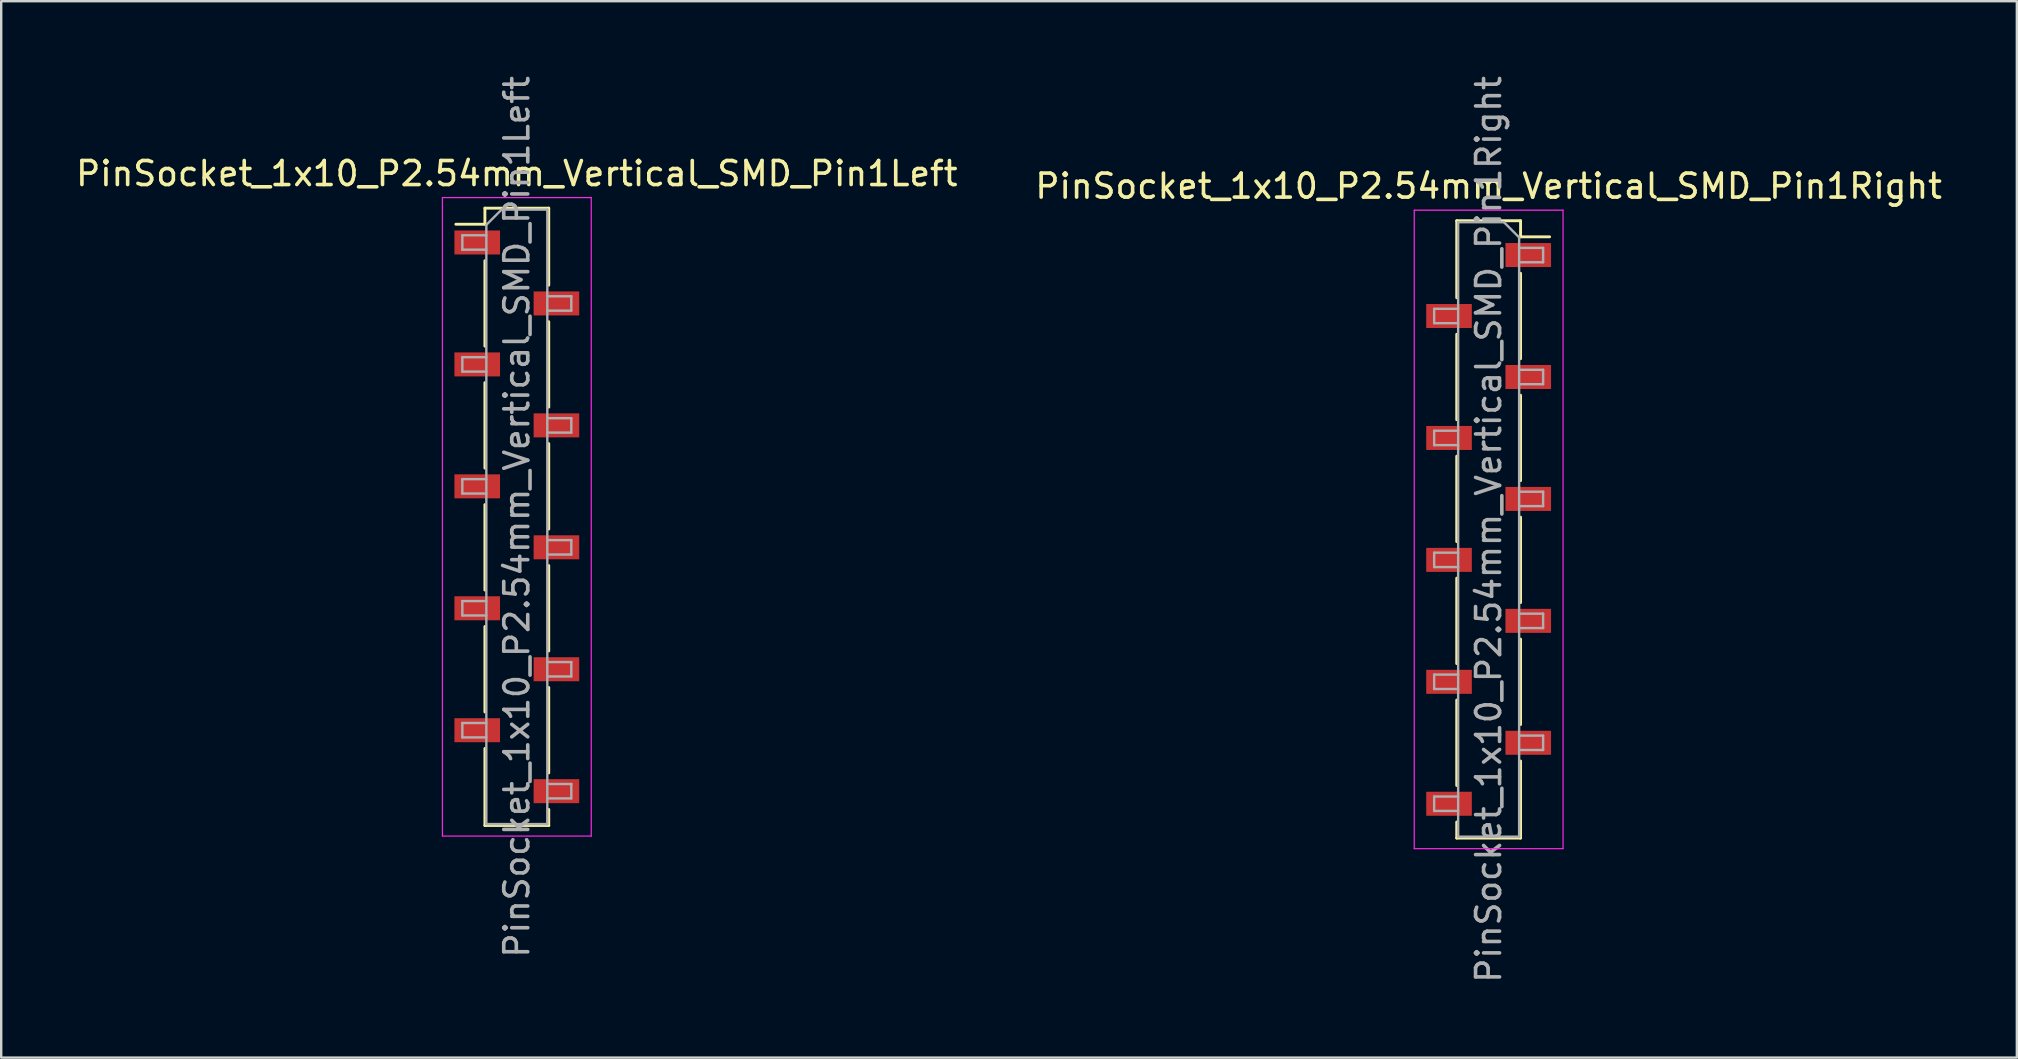
<source format=kicad_pcb>
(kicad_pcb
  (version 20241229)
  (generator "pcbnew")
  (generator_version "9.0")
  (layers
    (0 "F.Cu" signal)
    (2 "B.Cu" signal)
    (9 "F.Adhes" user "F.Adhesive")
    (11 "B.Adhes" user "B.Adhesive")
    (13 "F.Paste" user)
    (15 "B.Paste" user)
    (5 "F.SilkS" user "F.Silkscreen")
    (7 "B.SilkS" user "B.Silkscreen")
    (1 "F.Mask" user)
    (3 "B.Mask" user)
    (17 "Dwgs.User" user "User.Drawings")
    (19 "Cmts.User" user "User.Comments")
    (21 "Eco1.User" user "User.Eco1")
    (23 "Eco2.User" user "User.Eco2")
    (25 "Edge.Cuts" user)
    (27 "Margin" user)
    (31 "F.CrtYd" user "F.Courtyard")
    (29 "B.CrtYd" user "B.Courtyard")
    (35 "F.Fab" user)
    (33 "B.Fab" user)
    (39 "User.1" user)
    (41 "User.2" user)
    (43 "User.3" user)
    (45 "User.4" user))
  (footprint "PinSocket_1x10_P2.54mm_Vertical_SMD_Pin1Left"
    (layer "F.Cu")
    (at 18.482 18.482)
    (property "Reference" "PinSocket_1x10_P2.54mm_Vertical_SMD_Pin1Left" (at 0 -14.3 0) (layer "F.SilkS") (effects (font (size 1 1) (thickness 0.15))))
    (attr smd)
    (fp_line (start -2.54 -12.19) (end -1.33 -12.19) (stroke (width 0.12) (type solid)) (layer "F.SilkS"))
    (fp_line (start -1.33 -12.86) (end -1.33 -12.19) (stroke (width 0.12) (type solid)) (layer "F.SilkS"))
    (fp_line (start -1.33 -12.86) (end 1.33 -12.86) (stroke (width 0.12) (type solid)) (layer "F.SilkS"))
    (fp_line (start -1.33 -10.67) (end -1.33 -7.11) (stroke (width 0.12) (type solid)) (layer "F.SilkS"))
    (fp_line (start -1.33 -5.59) (end -1.33 -2.03) (stroke (width 0.12) (type solid)) (layer "F.SilkS"))
    (fp_line (start -1.33 -0.51) (end -1.33 3.05) (stroke (width 0.12) (type solid)) (layer "F.SilkS"))
    (fp_line (start -1.33 4.57) (end -1.33 8.13) (stroke (width 0.12) (type solid)) (layer "F.SilkS"))
    (fp_line (start -1.33 9.65) (end -1.33 12.86) (stroke (width 0.12) (type solid)) (layer "F.SilkS"))
    (fp_line (start -1.33 12.86) (end 1.33 12.86) (stroke (width 0.12) (type solid)) (layer "F.SilkS"))
    (fp_line (start 1.33 -12.86) (end 1.33 -9.65) (stroke (width 0.12) (type solid)) (layer "F.SilkS"))
    (fp_line (start 1.33 -8.13) (end 1.33 -4.57) (stroke (width 0.12) (type solid)) (layer "F.SilkS"))
    (fp_line (start 1.33 -3.05) (end 1.33 0.51) (stroke (width 0.12) (type solid)) (layer "F.SilkS"))
    (fp_line (start 1.33 2.03) (end 1.33 5.59) (stroke (width 0.12) (type solid)) (layer "F.SilkS"))
    (fp_line (start 1.33 7.11) (end 1.33 10.67) (stroke (width 0.12) (type solid)) (layer "F.SilkS"))
    (fp_line (start 1.33 12.19) (end 1.33 12.86) (stroke (width 0.12) (type solid)) (layer "F.SilkS"))
    (fp_line (start -3.1 -13.3) (end 3.1 -13.3) (stroke (width 0.05) (type solid)) (layer "F.CrtYd"))
    (fp_line (start -3.1 13.3) (end -3.1 -13.3) (stroke (width 0.05) (type solid)) (layer "F.CrtYd"))
    (fp_line (start 3.1 -13.3) (end 3.1 13.3) (stroke (width 0.05) (type solid)) (layer "F.CrtYd"))
    (fp_line (start 3.1 13.3) (end -3.1 13.3) (stroke (width 0.05) (type solid)) (layer "F.CrtYd"))
    (fp_line (start -2.27 -11.73) (end -1.27 -11.73) (stroke (width 0.1) (type solid)) (layer "F.Fab"))
    (fp_line (start -2.27 -11.13) (end -2.27 -11.73) (stroke (width 0.1) (type solid)) (layer "F.Fab"))
    (fp_line (start -2.27 -6.65) (end -1.27 -6.65) (stroke (width 0.1) (type solid)) (layer "F.Fab"))
    (fp_line (start -2.27 -6.05) (end -2.27 -6.65) (stroke (width 0.1) (type solid)) (layer "F.Fab"))
    (fp_line (start -2.27 -1.57) (end -1.27 -1.57) (stroke (width 0.1) (type solid)) (layer "F.Fab"))
    (fp_line (start -2.27 -0.97) (end -2.27 -1.57) (stroke (width 0.1) (type solid)) (layer "F.Fab"))
    (fp_line (start -2.27 3.51) (end -1.27 3.51) (stroke (width 0.1) (type solid)) (layer "F.Fab"))
    (fp_line (start -2.27 4.11) (end -2.27 3.51) (stroke (width 0.1) (type solid)) (layer "F.Fab"))
    (fp_line (start -2.27 8.59) (end -1.27 8.59) (stroke (width 0.1) (type solid)) (layer "F.Fab"))
    (fp_line (start -2.27 9.19) (end -2.27 8.59) (stroke (width 0.1) (type solid)) (layer "F.Fab"))
    (fp_line (start -1.27 -12.165) (end -0.635 -12.8) (stroke (width 0.1) (type solid)) (layer "F.Fab"))
    (fp_line (start -1.27 -11.13) (end -2.27 -11.13) (stroke (width 0.1) (type solid)) (layer "F.Fab"))
    (fp_line (start -1.27 -6.05) (end -2.27 -6.05) (stroke (width 0.1) (type solid)) (layer "F.Fab"))
    (fp_line (start -1.27 -0.97) (end -2.27 -0.97) (stroke (width 0.1) (type solid)) (layer "F.Fab"))
    (fp_line (start -1.27 4.11) (end -2.27 4.11) (stroke (width 0.1) (type solid)) (layer "F.Fab"))
    (fp_line (start -1.27 9.19) (end -2.27 9.19) (stroke (width 0.1) (type solid)) (layer "F.Fab"))
    (fp_line (start -1.27 12.8) (end -1.27 -12.165) (stroke (width 0.1) (type solid)) (layer "F.Fab"))
    (fp_line (start -0.635 -12.8) (end 1.27 -12.8) (stroke (width 0.1) (type solid)) (layer "F.Fab"))
    (fp_line (start 1.27 -12.8) (end 1.27 12.8) (stroke (width 0.1) (type solid)) (layer "F.Fab"))
    (fp_line (start 1.27 -9.19) (end 2.27 -9.19) (stroke (width 0.1) (type solid)) (layer "F.Fab"))
    (fp_line (start 1.27 -4.11) (end 2.27 -4.11) (stroke (width 0.1) (type solid)) (layer "F.Fab"))
    (fp_line (start 1.27 0.97) (end 2.27 0.97) (stroke (width 0.1) (type solid)) (layer "F.Fab"))
    (fp_line (start 1.27 6.05) (end 2.27 6.05) (stroke (width 0.1) (type solid)) (layer "F.Fab"))
    (fp_line (start 1.27 11.13) (end 2.27 11.13) (stroke (width 0.1) (type solid)) (layer "F.Fab"))
    (fp_line (start 1.27 12.8) (end -1.27 12.8) (stroke (width 0.1) (type solid)) (layer "F.Fab"))
    (fp_line (start 2.27 -9.19) (end 2.27 -8.59) (stroke (width 0.1) (type solid)) (layer "F.Fab"))
    (fp_line (start 2.27 -8.59) (end 1.27 -8.59) (stroke (width 0.1) (type solid)) (layer "F.Fab"))
    (fp_line (start 2.27 -4.11) (end 2.27 -3.51) (stroke (width 0.1) (type solid)) (layer "F.Fab"))
    (fp_line (start 2.27 -3.51) (end 1.27 -3.51) (stroke (width 0.1) (type solid)) (layer "F.Fab"))
    (fp_line (start 2.27 0.97) (end 2.27 1.57) (stroke (width 0.1) (type solid)) (layer "F.Fab"))
    (fp_line (start 2.27 1.57) (end 1.27 1.57) (stroke (width 0.1) (type solid)) (layer "F.Fab"))
    (fp_line (start 2.27 6.05) (end 2.27 6.65) (stroke (width 0.1) (type solid)) (layer "F.Fab"))
    (fp_line (start 2.27 6.65) (end 1.27 6.65) (stroke (width 0.1) (type solid)) (layer "F.Fab"))
    (fp_line (start 2.27 11.13) (end 2.27 11.73) (stroke (width 0.1) (type solid)) (layer "F.Fab"))
    (fp_line (start 2.27 11.73) (end 1.27 11.73) (stroke (width 0.1) (type solid)) (layer "F.Fab"))
    (fp_text user "${REFERENCE}" (at 0 0 90) (layer "F.Fab") (effects (font (size 1 1) (thickness 0.15))))
    (pad "1" smd rect (at -1.65 -11.43) (size 1.9 1) (layers "F.Cu" "F.Mask" "F.Paste"))
    (pad "2" smd rect (at 1.65 -8.89) (size 1.9 1) (layers "F.Cu" "F.Mask" "F.Paste"))
    (pad "3" smd rect (at -1.65 -6.35) (size 1.9 1) (layers "F.Cu" "F.Mask" "F.Paste"))
    (pad "4" smd rect (at 1.65 -3.81) (size 1.9 1) (layers "F.Cu" "F.Mask" "F.Paste"))
    (pad "5" smd rect (at -1.65 -1.27) (size 1.9 1) (layers "F.Cu" "F.Mask" "F.Paste"))
    (pad "6" smd rect (at 1.65 1.27) (size 1.9 1) (layers "F.Cu" "F.Mask" "F.Paste"))
    (pad "7" smd rect (at -1.65 3.81) (size 1.9 1) (layers "F.Cu" "F.Mask" "F.Paste"))
    (pad "8" smd rect (at 1.65 6.35) (size 1.9 1) (layers "F.Cu" "F.Mask" "F.Paste"))
    (pad "9" smd rect (at -1.65 8.89) (size 1.9 1) (layers "F.Cu" "F.Mask" "F.Paste"))
    (pad "10" smd rect (at 1.65 11.43) (size 1.9 1) (layers "F.Cu" "F.Mask" "F.Paste")))
  (footprint "PinSocket_1x10_P2.54mm_Vertical_SMD_Pin1Right"
    (layer "F.Cu")
    (at 58.97 19.006)
    (property "Reference" "PinSocket_1x10_P2.54mm_Vertical_SMD_Pin1Right" (at 0 -14.3 0) (layer "F.SilkS") (effects (font (size 1 1) (thickness 0.15))))
    (attr smd)
    (fp_line (start -1.33 -12.86) (end -1.33 -9.65) (stroke (width 0.12) (type solid)) (layer "F.SilkS"))
    (fp_line (start -1.33 -12.86) (end 1.33 -12.86) (stroke (width 0.12) (type solid)) (layer "F.SilkS"))
    (fp_line (start -1.33 -8.13) (end -1.33 -4.57) (stroke (width 0.12) (type solid)) (layer "F.SilkS"))
    (fp_line (start -1.33 -3.05) (end -1.33 0.51) (stroke (width 0.12) (type solid)) (layer "F.SilkS"))
    (fp_line (start -1.33 2.03) (end -1.33 5.59) (stroke (width 0.12) (type solid)) (layer "F.SilkS"))
    (fp_line (start -1.33 7.11) (end -1.33 10.67) (stroke (width 0.12) (type solid)) (layer "F.SilkS"))
    (fp_line (start -1.33 12.19) (end -1.33 12.86) (stroke (width 0.12) (type solid)) (layer "F.SilkS"))
    (fp_line (start -1.33 12.86) (end 1.33 12.86) (stroke (width 0.12) (type solid)) (layer "F.SilkS"))
    (fp_line (start 1.33 -12.86) (end 1.33 -12.19) (stroke (width 0.12) (type solid)) (layer "F.SilkS"))
    (fp_line (start 1.33 -12.19) (end 2.54 -12.19) (stroke (width 0.12) (type solid)) (layer "F.SilkS"))
    (fp_line (start 1.33 -10.67) (end 1.33 -7.11) (stroke (width 0.12) (type solid)) (layer "F.SilkS"))
    (fp_line (start 1.33 -5.59) (end 1.33 -2.03) (stroke (width 0.12) (type solid)) (layer "F.SilkS"))
    (fp_line (start 1.33 -0.51) (end 1.33 3.05) (stroke (width 0.12) (type solid)) (layer "F.SilkS"))
    (fp_line (start 1.33 4.57) (end 1.33 8.13) (stroke (width 0.12) (type solid)) (layer "F.SilkS"))
    (fp_line (start 1.33 9.65) (end 1.33 12.86) (stroke (width 0.12) (type solid)) (layer "F.SilkS"))
    (fp_line (start -3.1 -13.3) (end 3.1 -13.3) (stroke (width 0.05) (type solid)) (layer "F.CrtYd"))
    (fp_line (start -3.1 13.3) (end -3.1 -13.3) (stroke (width 0.05) (type solid)) (layer "F.CrtYd"))
    (fp_line (start 3.1 -13.3) (end 3.1 13.3) (stroke (width 0.05) (type solid)) (layer "F.CrtYd"))
    (fp_line (start 3.1 13.3) (end -3.1 13.3) (stroke (width 0.05) (type solid)) (layer "F.CrtYd"))
    (fp_line (start -2.27 -9.19) (end -1.27 -9.19) (stroke (width 0.1) (type solid)) (layer "F.Fab"))
    (fp_line (start -2.27 -8.59) (end -2.27 -9.19) (stroke (width 0.1) (type solid)) (layer "F.Fab"))
    (fp_line (start -2.27 -4.11) (end -1.27 -4.11) (stroke (width 0.1) (type solid)) (layer "F.Fab"))
    (fp_line (start -2.27 -3.51) (end -2.27 -4.11) (stroke (width 0.1) (type solid)) (layer "F.Fab"))
    (fp_line (start -2.27 0.97) (end -1.27 0.97) (stroke (width 0.1) (type solid)) (layer "F.Fab"))
    (fp_line (start -2.27 1.57) (end -2.27 0.97) (stroke (width 0.1) (type solid)) (layer "F.Fab"))
    (fp_line (start -2.27 6.05) (end -1.27 6.05) (stroke (width 0.1) (type solid)) (layer "F.Fab"))
    (fp_line (start -2.27 6.65) (end -2.27 6.05) (stroke (width 0.1) (type solid)) (layer "F.Fab"))
    (fp_line (start -2.27 11.13) (end -1.27 11.13) (stroke (width 0.1) (type solid)) (layer "F.Fab"))
    (fp_line (start -2.27 11.73) (end -2.27 11.13) (stroke (width 0.1) (type solid)) (layer "F.Fab"))
    (fp_line (start -1.27 -12.8) (end 0.635 -12.8) (stroke (width 0.1) (type solid)) (layer "F.Fab"))
    (fp_line (start -1.27 -8.59) (end -2.27 -8.59) (stroke (width 0.1) (type solid)) (layer "F.Fab"))
    (fp_line (start -1.27 -3.51) (end -2.27 -3.51) (stroke (width 0.1) (type solid)) (layer "F.Fab"))
    (fp_line (start -1.27 1.57) (end -2.27 1.57) (stroke (width 0.1) (type solid)) (layer "F.Fab"))
    (fp_line (start -1.27 6.65) (end -2.27 6.65) (stroke (width 0.1) (type solid)) (layer "F.Fab"))
    (fp_line (start -1.27 11.73) (end -2.27 11.73) (stroke (width 0.1) (type solid)) (layer "F.Fab"))
    (fp_line (start -1.27 12.8) (end -1.27 -12.8) (stroke (width 0.1) (type solid)) (layer "F.Fab"))
    (fp_line (start 0.635 -12.8) (end 1.27 -12.165) (stroke (width 0.1) (type solid)) (layer "F.Fab"))
    (fp_line (start 1.27 -12.165) (end 1.27 12.8) (stroke (width 0.1) (type solid)) (layer "F.Fab"))
    (fp_line (start 1.27 -11.73) (end 2.27 -11.73) (stroke (width 0.1) (type solid)) (layer "F.Fab"))
    (fp_line (start 1.27 -6.65) (end 2.27 -6.65) (stroke (width 0.1) (type solid)) (layer "F.Fab"))
    (fp_line (start 1.27 -1.57) (end 2.27 -1.57) (stroke (width 0.1) (type solid)) (layer "F.Fab"))
    (fp_line (start 1.27 3.51) (end 2.27 3.51) (stroke (width 0.1) (type solid)) (layer "F.Fab"))
    (fp_line (start 1.27 8.59) (end 2.27 8.59) (stroke (width 0.1) (type solid)) (layer "F.Fab"))
    (fp_line (start 1.27 12.8) (end -1.27 12.8) (stroke (width 0.1) (type solid)) (layer "F.Fab"))
    (fp_line (start 2.27 -11.73) (end 2.27 -11.13) (stroke (width 0.1) (type solid)) (layer "F.Fab"))
    (fp_line (start 2.27 -11.13) (end 1.27 -11.13) (stroke (width 0.1) (type solid)) (layer "F.Fab"))
    (fp_line (start 2.27 -6.65) (end 2.27 -6.05) (stroke (width 0.1) (type solid)) (layer "F.Fab"))
    (fp_line (start 2.27 -6.05) (end 1.27 -6.05) (stroke (width 0.1) (type solid)) (layer "F.Fab"))
    (fp_line (start 2.27 -1.57) (end 2.27 -0.97) (stroke (width 0.1) (type solid)) (layer "F.Fab"))
    (fp_line (start 2.27 -0.97) (end 1.27 -0.97) (stroke (width 0.1) (type solid)) (layer "F.Fab"))
    (fp_line (start 2.27 3.51) (end 2.27 4.11) (stroke (width 0.1) (type solid)) (layer "F.Fab"))
    (fp_line (start 2.27 4.11) (end 1.27 4.11) (stroke (width 0.1) (type solid)) (layer "F.Fab"))
    (fp_line (start 2.27 8.59) (end 2.27 9.19) (stroke (width 0.1) (type solid)) (layer "F.Fab"))
    (fp_line (start 2.27 9.19) (end 1.27 9.19) (stroke (width 0.1) (type solid)) (layer "F.Fab"))
    (fp_text user "${REFERENCE}" (at 0 0 90) (layer "F.Fab") (effects (font (size 1 1) (thickness 0.15))))
    (pad "1" smd rect (at 1.65 -11.43) (size 1.9 1) (layers "F.Cu" "F.Mask" "F.Paste"))
    (pad "2" smd rect (at -1.65 -8.89) (size 1.9 1) (layers "F.Cu" "F.Mask" "F.Paste"))
    (pad "3" smd rect (at 1.65 -6.35) (size 1.9 1) (layers "F.Cu" "F.Mask" "F.Paste"))
    (pad "4" smd rect (at -1.65 -3.81) (size 1.9 1) (layers "F.Cu" "F.Mask" "F.Paste"))
    (pad "5" smd rect (at 1.65 -1.27) (size 1.9 1) (layers "F.Cu" "F.Mask" "F.Paste"))
    (pad "6" smd rect (at -1.65 1.27) (size 1.9 1) (layers "F.Cu" "F.Mask" "F.Paste"))
    (pad "7" smd rect (at 1.65 3.81) (size 1.9 1) (layers "F.Cu" "F.Mask" "F.Paste"))
    (pad "8" smd rect (at -1.65 6.35) (size 1.9 1) (layers "F.Cu" "F.Mask" "F.Paste"))
    (pad "9" smd rect (at 1.65 8.89) (size 1.9 1) (layers "F.Cu" "F.Mask" "F.Paste"))
    (pad "10" smd rect (at -1.65 11.43) (size 1.9 1) (layers "F.Cu" "F.Mask" "F.Paste")))
  (gr_rect
    (start -3 -3)
    (end 80.976 41.012)
    (stroke (width 0.1) (type default))
    (fill no)
    (layer "Edge.Cuts")))
</source>
